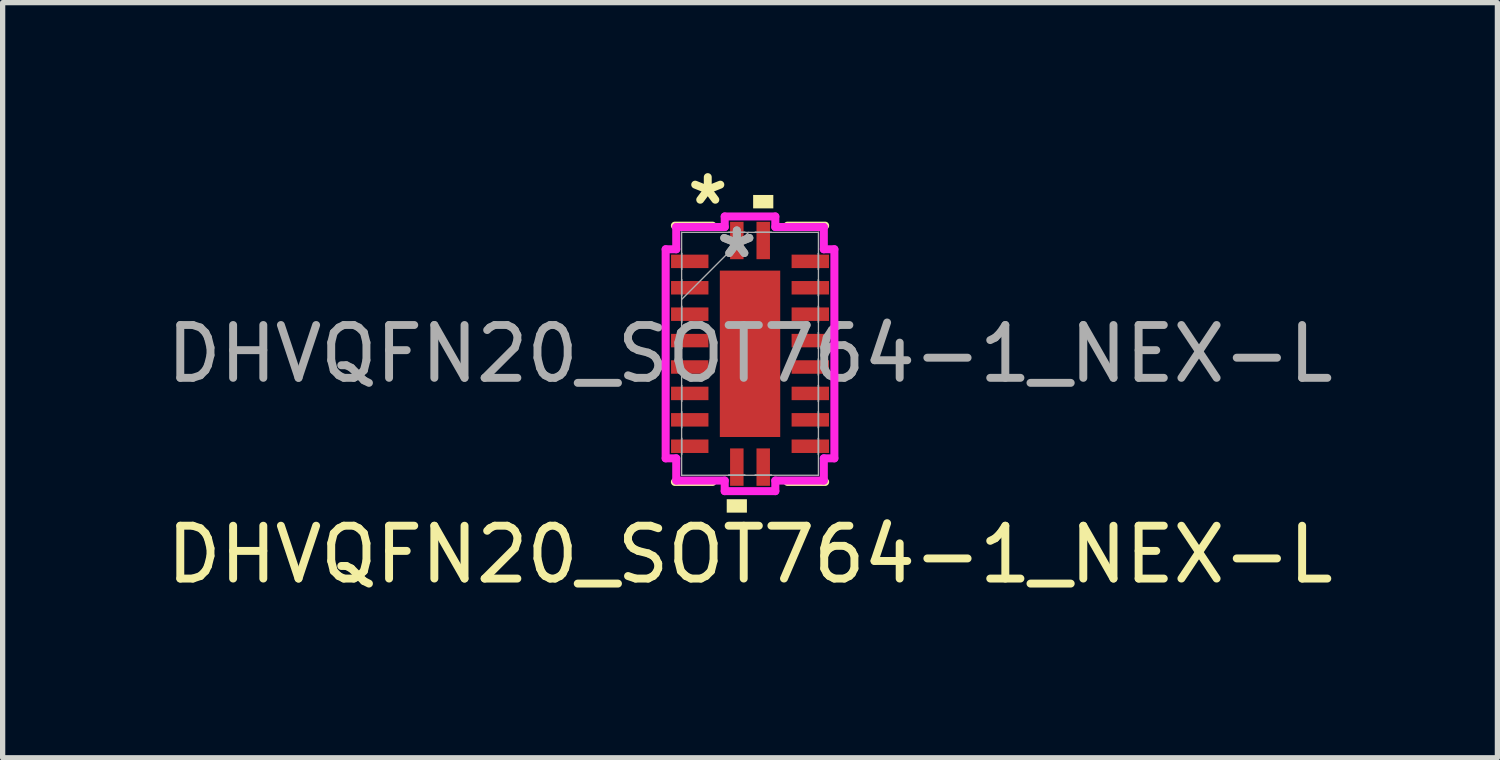
<source format=kicad_pcb>
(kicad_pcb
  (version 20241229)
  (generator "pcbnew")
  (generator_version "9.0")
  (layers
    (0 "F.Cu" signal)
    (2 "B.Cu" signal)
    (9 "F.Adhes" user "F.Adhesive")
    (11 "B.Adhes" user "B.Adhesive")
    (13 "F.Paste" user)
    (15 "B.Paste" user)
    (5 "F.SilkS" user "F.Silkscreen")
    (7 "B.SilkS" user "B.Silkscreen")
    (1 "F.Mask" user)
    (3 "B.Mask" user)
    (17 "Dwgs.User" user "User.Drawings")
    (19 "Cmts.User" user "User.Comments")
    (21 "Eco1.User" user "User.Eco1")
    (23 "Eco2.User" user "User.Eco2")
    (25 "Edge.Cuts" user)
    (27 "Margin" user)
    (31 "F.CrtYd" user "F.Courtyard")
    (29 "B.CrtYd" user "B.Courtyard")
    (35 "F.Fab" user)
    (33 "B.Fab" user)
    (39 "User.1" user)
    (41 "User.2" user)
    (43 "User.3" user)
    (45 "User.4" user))
  (footprint "DHVQFN20_SOT764-1_NEX-L"
    (layer "F.Cu")
    (at 11.149 3.648)
    (property "Reference" "DHVQFN20_SOT764-1_NEX-L" (at 0 3.8 0) (unlocked yes) (layer "F.SilkS") (effects (font (size 1 1) (thickness 0.15))))
    (attr smd)
    (fp_line (start -1.422 2.426) (end -0.71 2.426) (stroke (width 0.152) (type solid)) (layer "F.SilkS"))
    (fp_line (start -0.71 -2.426) (end -1.422 -2.426) (stroke (width 0.152) (type solid)) (layer "F.SilkS"))
    (fp_line (start 0.71 2.426) (end 1.422 2.426) (stroke (width 0.152) (type solid)) (layer "F.SilkS"))
    (fp_line (start 1.422 -2.426) (end 0.71 -2.426) (stroke (width 0.152) (type solid)) (layer "F.SilkS"))
    (fp_poly (pts (xy -0.441 2.753) (xy -0.441 3.007) (xy -0.059 3.007) (xy -0.059 2.753)) (stroke (width 0) (type solid)) (fill yes) (layer "F.SilkS"))
    (fp_poly (pts (xy 0.059 -2.753) (xy 0.059 -3.007) (xy 0.441 -3.007) (xy 0.441 -2.753)) (stroke (width 0) (type solid)) (fill yes) (layer "F.SilkS"))
    (fp_poly (pts (xy -0.471 -1.475) (xy -0.471 -0.1) (xy 0.471 -0.1) (xy 0.471 -1.475)) (stroke (width 0) (type solid)) (fill yes) (layer "F.Paste"))
    (fp_poly (pts (xy -0.471 0.1) (xy -0.471 1.475) (xy 0.471 1.475) (xy 0.471 0.1)) (stroke (width 0) (type solid)) (fill yes) (layer "F.Paste"))
    (fp_line (start -1.597 -1.979) (end -1.397 -1.979) (stroke (width 0.152) (type solid)) (layer "F.CrtYd"))
    (fp_line (start -1.597 1.979) (end -1.597 -1.979) (stroke (width 0.152) (type solid)) (layer "F.CrtYd"))
    (fp_line (start -1.397 -2.4) (end -0.479 -2.4) (stroke (width 0.152) (type solid)) (layer "F.CrtYd"))
    (fp_line (start -1.397 -1.979) (end -1.397 -2.4) (stroke (width 0.152) (type solid)) (layer "F.CrtYd"))
    (fp_line (start -1.397 1.979) (end -1.597 1.979) (stroke (width 0.152) (type solid)) (layer "F.CrtYd"))
    (fp_line (start -1.397 2.4) (end -1.397 1.979) (stroke (width 0.152) (type solid)) (layer "F.CrtYd"))
    (fp_line (start -0.479 -2.6) (end 0.479 -2.6) (stroke (width 0.152) (type solid)) (layer "F.CrtYd"))
    (fp_line (start -0.479 -2.4) (end -0.479 -2.6) (stroke (width 0.152) (type solid)) (layer "F.CrtYd"))
    (fp_line (start -0.479 2.4) (end -1.397 2.4) (stroke (width 0.152) (type solid)) (layer "F.CrtYd"))
    (fp_line (start -0.479 2.6) (end -0.479 2.4) (stroke (width 0.152) (type solid)) (layer "F.CrtYd"))
    (fp_line (start 0.479 -2.6) (end 0.479 -2.4) (stroke (width 0.152) (type solid)) (layer "F.CrtYd"))
    (fp_line (start 0.479 -2.4) (end 1.397 -2.4) (stroke (width 0.152) (type solid)) (layer "F.CrtYd"))
    (fp_line (start 0.479 2.4) (end 0.479 2.6) (stroke (width 0.152) (type solid)) (layer "F.CrtYd"))
    (fp_line (start 0.479 2.6) (end -0.479 2.6) (stroke (width 0.152) (type solid)) (layer "F.CrtYd"))
    (fp_line (start 1.397 -2.4) (end 1.397 -1.979) (stroke (width 0.152) (type solid)) (layer "F.CrtYd"))
    (fp_line (start 1.397 -1.979) (end 1.597 -1.979) (stroke (width 0.152) (type solid)) (layer "F.CrtYd"))
    (fp_line (start 1.397 1.979) (end 1.397 2.4) (stroke (width 0.152) (type solid)) (layer "F.CrtYd"))
    (fp_line (start 1.397 2.4) (end 0.479 2.4) (stroke (width 0.152) (type solid)) (layer "F.CrtYd"))
    (fp_line (start 1.597 -1.979) (end 1.597 1.979) (stroke (width 0.152) (type solid)) (layer "F.CrtYd"))
    (fp_line (start 1.597 1.979) (end 1.397 1.979) (stroke (width 0.152) (type solid)) (layer "F.CrtYd"))
    (fp_line (start -1.295 -2.299) (end -1.295 -2.299) (stroke (width 0.025) (type solid)) (layer "F.Fab"))
    (fp_line (start -1.295 -2.299) (end -1.295 2.299) (stroke (width 0.025) (type solid)) (layer "F.Fab"))
    (fp_line (start -1.295 -1.902) (end -1.295 -1.902) (stroke (width 0.025) (type solid)) (layer "F.Fab"))
    (fp_line (start -1.295 -1.902) (end -1.295 -1.598) (stroke (width 0.025) (type solid)) (layer "F.Fab"))
    (fp_line (start -1.295 -1.598) (end -1.295 -1.902) (stroke (width 0.025) (type solid)) (layer "F.Fab"))
    (fp_line (start -1.295 -1.598) (end -1.295 -1.598) (stroke (width 0.025) (type solid)) (layer "F.Fab"))
    (fp_line (start -1.295 -1.402) (end -1.295 -1.402) (stroke (width 0.025) (type solid)) (layer "F.Fab"))
    (fp_line (start -1.295 -1.402) (end -1.295 -1.098) (stroke (width 0.025) (type solid)) (layer "F.Fab"))
    (fp_line (start -1.295 -1.098) (end -1.295 -1.402) (stroke (width 0.025) (type solid)) (layer "F.Fab"))
    (fp_line (start -1.295 -1.098) (end -1.295 -1.098) (stroke (width 0.025) (type solid)) (layer "F.Fab"))
    (fp_line (start -1.295 -1.029) (end -0.025 -2.299) (stroke (width 0.025) (type solid)) (layer "F.Fab"))
    (fp_line (start -1.295 -0.902) (end -1.295 -0.902) (stroke (width 0.025) (type solid)) (layer "F.Fab"))
    (fp_line (start -1.295 -0.902) (end -1.295 -0.598) (stroke (width 0.025) (type solid)) (layer "F.Fab"))
    (fp_line (start -1.295 -0.598) (end -1.295 -0.902) (stroke (width 0.025) (type solid)) (layer "F.Fab"))
    (fp_line (start -1.295 -0.598) (end -1.295 -0.598) (stroke (width 0.025) (type solid)) (layer "F.Fab"))
    (fp_line (start -1.295 -0.402) (end -1.295 -0.402) (stroke (width 0.025) (type solid)) (layer "F.Fab"))
    (fp_line (start -1.295 -0.402) (end -1.295 -0.098) (stroke (width 0.025) (type solid)) (layer "F.Fab"))
    (fp_line (start -1.295 -0.098) (end -1.295 -0.402) (stroke (width 0.025) (type solid)) (layer "F.Fab"))
    (fp_line (start -1.295 -0.098) (end -1.295 -0.098) (stroke (width 0.025) (type solid)) (layer "F.Fab"))
    (fp_line (start -1.295 0.098) (end -1.295 0.098) (stroke (width 0.025) (type solid)) (layer "F.Fab"))
    (fp_line (start -1.295 0.098) (end -1.295 0.402) (stroke (width 0.025) (type solid)) (layer "F.Fab"))
    (fp_line (start -1.295 0.402) (end -1.295 0.098) (stroke (width 0.025) (type solid)) (layer "F.Fab"))
    (fp_line (start -1.295 0.402) (end -1.295 0.402) (stroke (width 0.025) (type solid)) (layer "F.Fab"))
    (fp_line (start -1.295 0.598) (end -1.295 0.598) (stroke (width 0.025) (type solid)) (layer "F.Fab"))
    (fp_line (start -1.295 0.598) (end -1.295 0.902) (stroke (width 0.025) (type solid)) (layer "F.Fab"))
    (fp_line (start -1.295 0.902) (end -1.295 0.598) (stroke (width 0.025) (type solid)) (layer "F.Fab"))
    (fp_line (start -1.295 0.902) (end -1.295 0.902) (stroke (width 0.025) (type solid)) (layer "F.Fab"))
    (fp_line (start -1.295 1.098) (end -1.295 1.098) (stroke (width 0.025) (type solid)) (layer "F.Fab"))
    (fp_line (start -1.295 1.098) (end -1.295 1.402) (stroke (width 0.025) (type solid)) (layer "F.Fab"))
    (fp_line (start -1.295 1.402) (end -1.295 1.098) (stroke (width 0.025) (type solid)) (layer "F.Fab"))
    (fp_line (start -1.295 1.402) (end -1.295 1.402) (stroke (width 0.025) (type solid)) (layer "F.Fab"))
    (fp_line (start -1.295 1.598) (end -1.295 1.598) (stroke (width 0.025) (type solid)) (layer "F.Fab"))
    (fp_line (start -1.295 1.598) (end -1.295 1.902) (stroke (width 0.025) (type solid)) (layer "F.Fab"))
    (fp_line (start -1.295 1.902) (end -1.295 1.598) (stroke (width 0.025) (type solid)) (layer "F.Fab"))
    (fp_line (start -1.295 1.902) (end -1.295 1.902) (stroke (width 0.025) (type solid)) (layer "F.Fab"))
    (fp_line (start -1.295 2.299) (end -1.295 2.299) (stroke (width 0.025) (type solid)) (layer "F.Fab"))
    (fp_line (start -1.295 2.299) (end 1.295 2.299) (stroke (width 0.025) (type solid)) (layer "F.Fab"))
    (fp_line (start -0.402 -2.299) (end -0.402 -2.299) (stroke (width 0.025) (type solid)) (layer "F.Fab"))
    (fp_line (start -0.402 -2.299) (end -0.098 -2.299) (stroke (width 0.025) (type solid)) (layer "F.Fab"))
    (fp_line (start -0.402 2.299) (end -0.402 2.299) (stroke (width 0.025) (type solid)) (layer "F.Fab"))
    (fp_line (start -0.402 2.299) (end -0.098 2.299) (stroke (width 0.025) (type solid)) (layer "F.Fab"))
    (fp_line (start -0.098 -2.299) (end -0.402 -2.299) (stroke (width 0.025) (type solid)) (layer "F.Fab"))
    (fp_line (start -0.098 -2.299) (end -0.098 -2.299) (stroke (width 0.025) (type solid)) (layer "F.Fab"))
    (fp_line (start -0.098 2.299) (end -0.402 2.299) (stroke (width 0.025) (type solid)) (layer "F.Fab"))
    (fp_line (start -0.098 2.299) (end -0.098 2.299) (stroke (width 0.025) (type solid)) (layer "F.Fab"))
    (fp_line (start 0.098 -2.299) (end 0.098 -2.299) (stroke (width 0.025) (type solid)) (layer "F.Fab"))
    (fp_line (start 0.098 -2.299) (end 0.402 -2.299) (stroke (width 0.025) (type solid)) (layer "F.Fab"))
    (fp_line (start 0.098 2.299) (end 0.098 2.299) (stroke (width 0.025) (type solid)) (layer "F.Fab"))
    (fp_line (start 0.098 2.299) (end 0.402 2.299) (stroke (width 0.025) (type solid)) (layer "F.Fab"))
    (fp_line (start 0.402 -2.299) (end 0.098 -2.299) (stroke (width 0.025) (type solid)) (layer "F.Fab"))
    (fp_line (start 0.402 -2.299) (end 0.402 -2.299) (stroke (width 0.025) (type solid)) (layer "F.Fab"))
    (fp_line (start 0.402 2.299) (end 0.098 2.299) (stroke (width 0.025) (type solid)) (layer "F.Fab"))
    (fp_line (start 0.402 2.299) (end 0.402 2.299) (stroke (width 0.025) (type solid)) (layer "F.Fab"))
    (fp_line (start 1.295 -2.299) (end -1.295 -2.299) (stroke (width 0.025) (type solid)) (layer "F.Fab"))
    (fp_line (start 1.295 -2.299) (end 1.295 -2.299) (stroke (width 0.025) (type solid)) (layer "F.Fab"))
    (fp_line (start 1.295 -1.902) (end 1.295 -1.902) (stroke (width 0.025) (type solid)) (layer "F.Fab"))
    (fp_line (start 1.295 -1.902) (end 1.295 -1.598) (stroke (width 0.025) (type solid)) (layer "F.Fab"))
    (fp_line (start 1.295 -1.598) (end 1.295 -1.902) (stroke (width 0.025) (type solid)) (layer "F.Fab"))
    (fp_line (start 1.295 -1.598) (end 1.295 -1.598) (stroke (width 0.025) (type solid)) (layer "F.Fab"))
    (fp_line (start 1.295 -1.402) (end 1.295 -1.402) (stroke (width 0.025) (type solid)) (layer "F.Fab"))
    (fp_line (start 1.295 -1.402) (end 1.295 -1.098) (stroke (width 0.025) (type solid)) (layer "F.Fab"))
    (fp_line (start 1.295 -1.098) (end 1.295 -1.402) (stroke (width 0.025) (type solid)) (layer "F.Fab"))
    (fp_line (start 1.295 -1.098) (end 1.295 -1.098) (stroke (width 0.025) (type solid)) (layer "F.Fab"))
    (fp_line (start 1.295 -0.902) (end 1.295 -0.902) (stroke (width 0.025) (type solid)) (layer "F.Fab"))
    (fp_line (start 1.295 -0.902) (end 1.295 -0.598) (stroke (width 0.025) (type solid)) (layer "F.Fab"))
    (fp_line (start 1.295 -0.598) (end 1.295 -0.902) (stroke (width 0.025) (type solid)) (layer "F.Fab"))
    (fp_line (start 1.295 -0.598) (end 1.295 -0.598) (stroke (width 0.025) (type solid)) (layer "F.Fab"))
    (fp_line (start 1.295 -0.402) (end 1.295 -0.402) (stroke (width 0.025) (type solid)) (layer "F.Fab"))
    (fp_line (start 1.295 -0.402) (end 1.295 -0.098) (stroke (width 0.025) (type solid)) (layer "F.Fab"))
    (fp_line (start 1.295 -0.098) (end 1.295 -0.402) (stroke (width 0.025) (type solid)) (layer "F.Fab"))
    (fp_line (start 1.295 -0.098) (end 1.295 -0.098) (stroke (width 0.025) (type solid)) (layer "F.Fab"))
    (fp_line (start 1.295 0.098) (end 1.295 0.098) (stroke (width 0.025) (type solid)) (layer "F.Fab"))
    (fp_line (start 1.295 0.098) (end 1.295 0.402) (stroke (width 0.025) (type solid)) (layer "F.Fab"))
    (fp_line (start 1.295 0.402) (end 1.295 0.098) (stroke (width 0.025) (type solid)) (layer "F.Fab"))
    (fp_line (start 1.295 0.402) (end 1.295 0.402) (stroke (width 0.025) (type solid)) (layer "F.Fab"))
    (fp_line (start 1.295 0.598) (end 1.295 0.598) (stroke (width 0.025) (type solid)) (layer "F.Fab"))
    (fp_line (start 1.295 0.598) (end 1.295 0.902) (stroke (width 0.025) (type solid)) (layer "F.Fab"))
    (fp_line (start 1.295 0.902) (end 1.295 0.598) (stroke (width 0.025) (type solid)) (layer "F.Fab"))
    (fp_line (start 1.295 0.902) (end 1.295 0.902) (stroke (width 0.025) (type solid)) (layer "F.Fab"))
    (fp_line (start 1.295 1.098) (end 1.295 1.098) (stroke (width 0.025) (type solid)) (layer "F.Fab"))
    (fp_line (start 1.295 1.098) (end 1.295 1.402) (stroke (width 0.025) (type solid)) (layer "F.Fab"))
    (fp_line (start 1.295 1.402) (end 1.295 1.098) (stroke (width 0.025) (type solid)) (layer "F.Fab"))
    (fp_line (start 1.295 1.402) (end 1.295 1.402) (stroke (width 0.025) (type solid)) (layer "F.Fab"))
    (fp_line (start 1.295 1.598) (end 1.295 1.598) (stroke (width 0.025) (type solid)) (layer "F.Fab"))
    (fp_line (start 1.295 1.598) (end 1.295 1.902) (stroke (width 0.025) (type solid)) (layer "F.Fab"))
    (fp_line (start 1.295 1.902) (end 1.295 1.598) (stroke (width 0.025) (type solid)) (layer "F.Fab"))
    (fp_line (start 1.295 1.902) (end 1.295 1.902) (stroke (width 0.025) (type solid)) (layer "F.Fab"))
    (fp_line (start 1.295 2.299) (end 1.295 -2.299) (stroke (width 0.025) (type solid)) (layer "F.Fab"))
    (fp_line (start 1.295 2.299) (end 1.295 2.299) (stroke (width 0.025) (type solid)) (layer "F.Fab"))
    (fp_text user "*" (at -0.8 -2.8 0) (unlocked yes) (layer "F.SilkS") (effects (font (size 1 1) (thickness 0.15))))
    (fp_text user "*" (at -0.25 -1.791 0) (unlocked yes) (layer "F.Fab") (effects (font (size 1 1) (thickness 0.15))))
    (fp_text user "${REFERENCE}" (at 0 0 0) (unlocked yes) (layer "F.Fab") (effects (font (size 1 1) (thickness 0.15))))
    (fp_text user "*" (at -0.25 -1.791 0) (layer "F.Fab") (effects (font (size 1 1) (thickness 0.15))))
    (pad "1" smd rect (at -0.25 -2.145) (size 0.255 0.708) (layers "F.Cu" "F.Mask" "F.Paste"))
    (pad "2" smd rect (at -1.141 -1.75 90) (size 0.255 0.708) (layers "F.Cu" "F.Mask" "F.Paste"))
    (pad "3" smd rect (at -1.141 -1.25 90) (size 0.255 0.708) (layers "F.Cu" "F.Mask" "F.Paste"))
    (pad "4" smd rect (at -1.141 -0.75 90) (size 0.255 0.708) (layers "F.Cu" "F.Mask" "F.Paste"))
    (pad "5" smd rect (at -1.141 -0.25 90) (size 0.255 0.708) (layers "F.Cu" "F.Mask" "F.Paste"))
    (pad "6" smd rect (at -1.141 0.25 90) (size 0.255 0.708) (layers "F.Cu" "F.Mask" "F.Paste"))
    (pad "7" smd rect (at -1.141 0.75 90) (size 0.255 0.708) (layers "F.Cu" "F.Mask" "F.Paste"))
    (pad "8" smd rect (at -1.141 1.25 90) (size 0.255 0.708) (layers "F.Cu" "F.Mask" "F.Paste"))
    (pad "9" smd rect (at -1.141 1.75 90) (size 0.255 0.708) (layers "F.Cu" "F.Mask" "F.Paste"))
    (pad "10" smd rect (at -0.25 2.145) (size 0.255 0.708) (layers "F.Cu" "F.Mask" "F.Paste"))
    (pad "11" smd rect (at 0.25 2.145) (size 0.255 0.708) (layers "F.Cu" "F.Mask" "F.Paste"))
    (pad "12" smd rect (at 1.141 1.75 90) (size 0.255 0.708) (layers "F.Cu" "F.Mask" "F.Paste"))
    (pad "13" smd rect (at 1.141 1.25 90) (size 0.255 0.708) (layers "F.Cu" "F.Mask" "F.Paste"))
    (pad "14" smd rect (at 1.141 0.75 90) (size 0.255 0.708) (layers "F.Cu" "F.Mask" "F.Paste"))
    (pad "15" smd rect (at 1.141 0.25 90) (size 0.255 0.708) (layers "F.Cu" "F.Mask" "F.Paste"))
    (pad "16" smd rect (at 1.141 -0.25 90) (size 0.255 0.708) (layers "F.Cu" "F.Mask" "F.Paste"))
    (pad "17" smd rect (at 1.141 -0.75 90) (size 0.255 0.708) (layers "F.Cu" "F.Mask" "F.Paste"))
    (pad "18" smd rect (at 1.141 -1.25 90) (size 0.255 0.708) (layers "F.Cu" "F.Mask" "F.Paste"))
    (pad "19" smd rect (at 1.141 -1.75 90) (size 0.255 0.708) (layers "F.Cu" "F.Mask" "F.Paste"))
    (pad "20" smd rect (at 0.25 -2.145) (size 0.255 0.708) (layers "F.Cu" "F.Mask" "F.Paste"))
    (pad "21" smd rect (at 0 0) (size 1.143 3.15) (layers "F.Cu" "F.Mask" "F.Paste")))
  (gr_rect
    (start -3 -3)
    (end 25.298 11.296)
    (stroke (width 0.1) (type default))
    (fill no)
    (layer "Edge.Cuts")))
</source>
